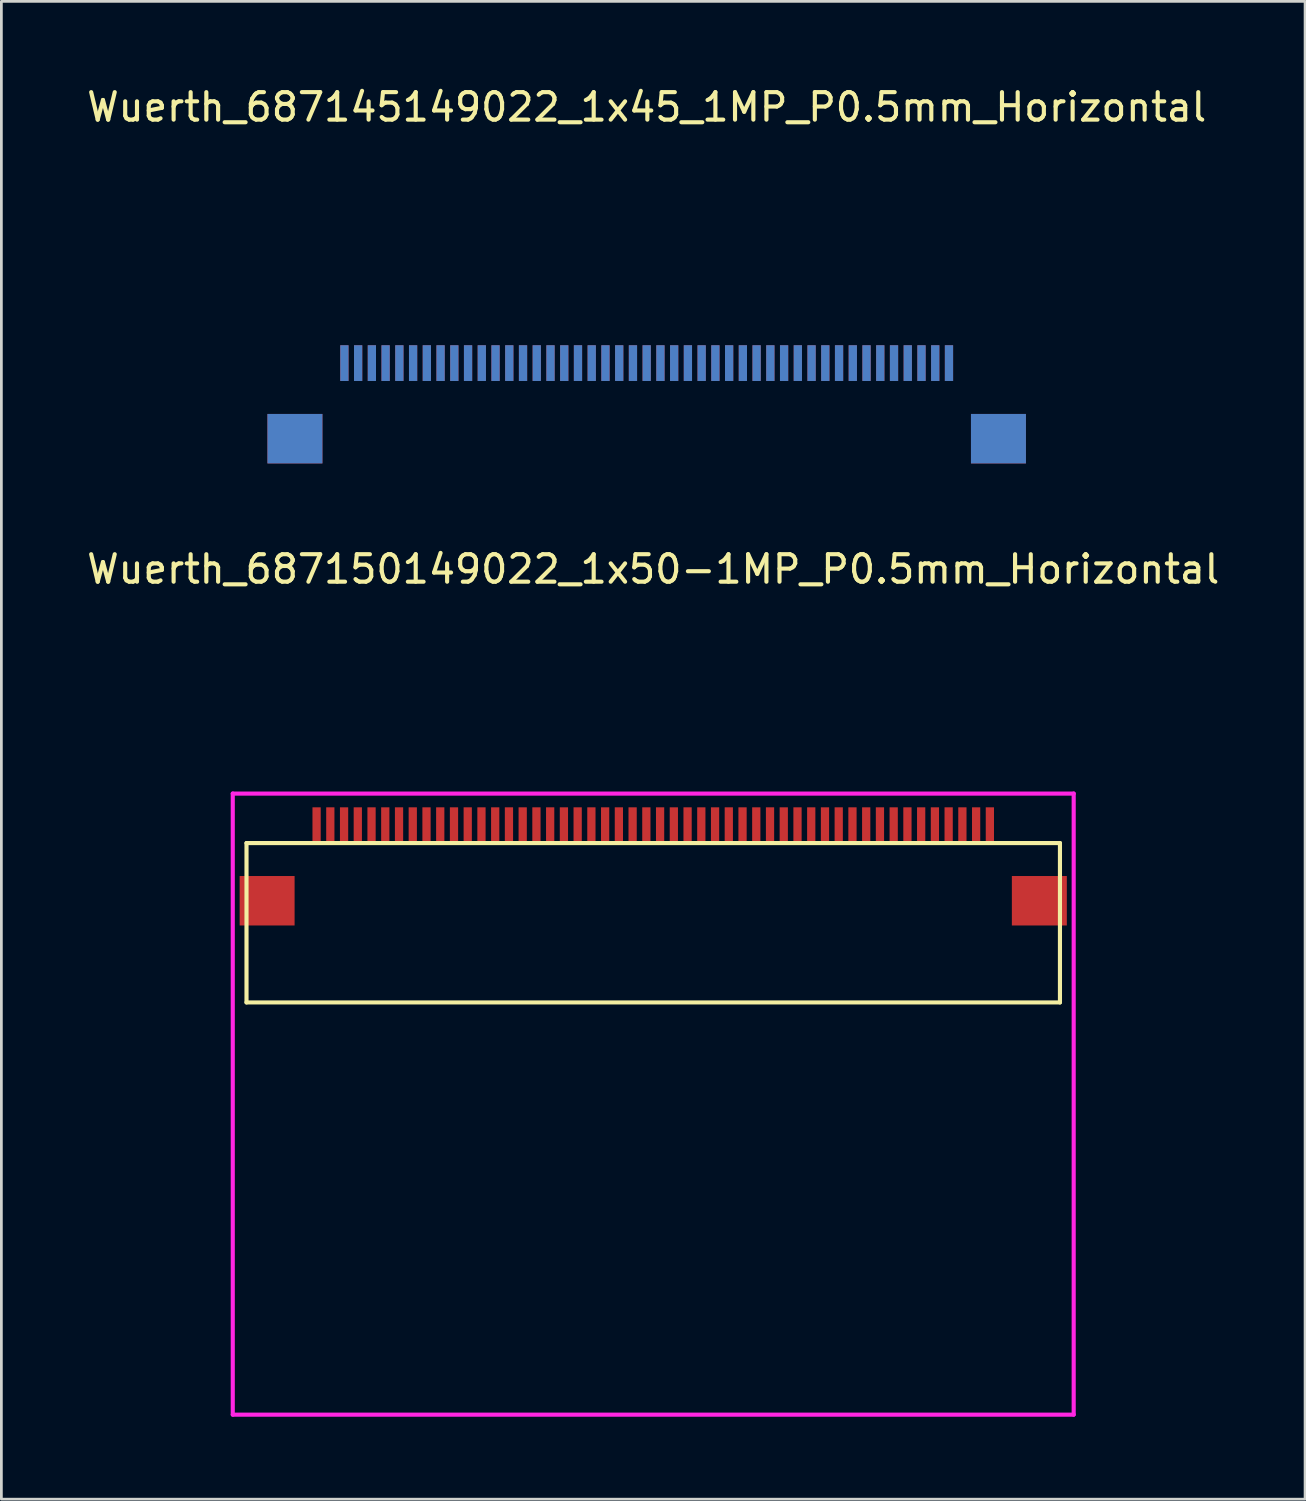
<source format=kicad_pcb>
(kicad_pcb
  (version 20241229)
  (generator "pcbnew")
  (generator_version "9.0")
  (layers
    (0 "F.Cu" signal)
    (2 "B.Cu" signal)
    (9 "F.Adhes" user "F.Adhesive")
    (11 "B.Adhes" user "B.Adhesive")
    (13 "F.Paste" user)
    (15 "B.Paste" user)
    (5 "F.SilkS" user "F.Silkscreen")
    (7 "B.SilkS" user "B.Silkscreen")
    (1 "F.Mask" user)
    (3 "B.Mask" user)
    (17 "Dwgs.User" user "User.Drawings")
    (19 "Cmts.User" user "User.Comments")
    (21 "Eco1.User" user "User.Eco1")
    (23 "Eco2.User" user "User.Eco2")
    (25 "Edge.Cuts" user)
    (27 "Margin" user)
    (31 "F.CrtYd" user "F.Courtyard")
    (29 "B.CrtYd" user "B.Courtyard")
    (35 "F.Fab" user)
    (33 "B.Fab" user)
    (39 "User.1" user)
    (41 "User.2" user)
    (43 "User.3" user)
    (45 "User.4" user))
  (footprint "Wuerth_687145149022_1x45_1MP_P0.5mm_Horizontal"
    (layer "F.Cu")
    (at 20.482 12.913)
    (property "Reference" "Wuerth_687145149022_1x45_1MP_P0.5mm_Horizontal" (at 0 -12.065 0) (layer "F.SilkS") (effects (font (size 1 1) (thickness 0.15))))
    (attr through_hole)
    (pad "1" smd rect (at -11 -2.75) (size 0.3 1.3) (layers "*.Cu" "*.Mask"))
    (pad "2" smd rect (at -10.5 -2.75) (size 0.3 1.3) (layers "*.Cu" "*.Mask"))
    (pad "3" smd rect (at -10 -2.75) (size 0.3 1.3) (layers "*.Cu" "*.Mask"))
    (pad "4" smd rect (at -9.5 -2.75) (size 0.3 1.3) (layers "*.Cu" "*.Mask"))
    (pad "5" smd rect (at -9 -2.75) (size 0.3 1.3) (layers "*.Cu" "*.Mask"))
    (pad "6" smd rect (at -8.5 -2.75) (size 0.3 1.3) (layers "*.Cu" "*.Mask"))
    (pad "7" smd rect (at -8 -2.75) (size 0.3 1.3) (layers "*.Cu" "*.Mask"))
    (pad "8" smd rect (at -7.5 -2.75) (size 0.3 1.3) (layers "*.Cu" "*.Mask"))
    (pad "9" smd rect (at -7 -2.75) (size 0.3 1.3) (layers "*.Cu" "*.Mask"))
    (pad "10" smd rect (at -6.5 -2.75) (size 0.3 1.3) (layers "*.Cu" "*.Mask"))
    (pad "11" smd rect (at -6 -2.75) (size 0.3 1.3) (layers "*.Cu" "*.Mask"))
    (pad "12" smd rect (at -5.5 -2.75) (size 0.3 1.3) (layers "*.Cu" "*.Mask"))
    (pad "13" smd rect (at -5 -2.75) (size 0.3 1.3) (layers "*.Cu" "*.Mask"))
    (pad "14" smd rect (at -4.5 -2.75) (size 0.3 1.3) (layers "*.Cu" "*.Mask"))
    (pad "15" smd rect (at -4 -2.75) (size 0.3 1.3) (layers "*.Cu" "*.Mask"))
    (pad "16" smd rect (at -3.5 -2.75) (size 0.3 1.3) (layers "*.Cu" "*.Mask"))
    (pad "17" smd rect (at -3 -2.75) (size 0.3 1.3) (layers "*.Cu" "*.Mask"))
    (pad "18" smd rect (at -2.5 -2.75) (size 0.3 1.3) (layers "*.Cu" "*.Mask"))
    (pad "19" smd rect (at -2 -2.75) (size 0.3 1.3) (layers "*.Cu" "*.Mask"))
    (pad "20" smd rect (at -1.5 -2.75) (size 0.3 1.3) (layers "*.Cu" "*.Mask"))
    (pad "21" smd rect (at -1 -2.75) (size 0.3 1.3) (layers "*.Cu" "*.Mask"))
    (pad "22" smd rect (at -0.5 -2.75) (size 0.3 1.3) (layers "*.Cu" "*.Mask"))
    (pad "23" smd rect (at 0 -2.75) (size 0.3 1.3) (layers "*.Cu" "*.Mask"))
    (pad "24" smd rect (at 0.5 -2.75) (size 0.3 1.3) (layers "*.Cu" "*.Mask"))
    (pad "25" smd rect (at 1 -2.75) (size 0.3 1.3) (layers "*.Cu" "*.Mask"))
    (pad "26" smd rect (at 1.5 -2.75) (size 0.3 1.3) (layers "*.Cu" "*.Mask"))
    (pad "27" smd rect (at 2 -2.75) (size 0.3 1.3) (layers "*.Cu" "*.Mask"))
    (pad "28" smd rect (at 2.5 -2.75) (size 0.3 1.3) (layers "*.Cu" "*.Mask"))
    (pad "29" smd rect (at 3 -2.75) (size 0.3 1.3) (layers "*.Cu" "*.Mask"))
    (pad "30" smd rect (at 3.5 -2.75) (size 0.3 1.3) (layers "*.Cu" "*.Mask"))
    (pad "31" smd rect (at 4 -2.75) (size 0.3 1.3) (layers "*.Cu" "*.Mask"))
    (pad "32" smd rect (at 4.5 -2.75) (size 0.3 1.3) (layers "*.Cu" "*.Mask"))
    (pad "33" smd rect (at 5 -2.75) (size 0.3 1.3) (layers "*.Cu" "*.Mask"))
    (pad "34" smd rect (at 5.5 -2.75) (size 0.3 1.3) (layers "*.Cu" "*.Mask"))
    (pad "35" smd rect (at 6 -2.75) (size 0.3 1.3) (layers "*.Cu" "*.Mask"))
    (pad "36" smd rect (at 6.5 -2.75) (size 0.3 1.3) (layers "*.Cu" "*.Mask"))
    (pad "37" smd rect (at 7 -2.75) (size 0.3 1.3) (layers "*.Cu" "*.Mask"))
    (pad "38" smd rect (at 7.5 -2.75) (size 0.3 1.3) (layers "*.Cu" "*.Mask"))
    (pad "39" smd rect (at 8 -2.75) (size 0.3 1.3) (layers "*.Cu" "*.Mask"))
    (pad "40" smd rect (at 8.5 -2.75) (size 0.3 1.3) (layers "*.Cu" "*.Mask"))
    (pad "41" smd rect (at 9 -2.75) (size 0.3 1.3) (layers "*.Cu" "*.Mask"))
    (pad "42" smd rect (at 9.5 -2.75) (size 0.3 1.3) (layers "*.Cu" "*.Mask"))
    (pad "43" smd rect (at 10 -2.75) (size 0.3 1.3) (layers "*.Cu" "*.Mask"))
    (pad "44" smd rect (at 10.5 -2.75) (size 0.3 1.3) (layers "*.Cu" "*.Mask"))
    (pad "45" smd rect (at 11 -2.75) (size 0.3 1.3) (layers "*.Cu" "*.Mask"))
    (pad "MP" smd rect (at -12.8 0) (size 2 1.8) (layers "*.Cu" "*.Mask"))
    (pad "MP" smd rect (at 12.8 0) (size 2 1.8) (layers "*.Cu" "*.Mask")))
  (footprint "Wuerth_687150149022_1x50-1MP_P0.5mm_Horizontal"
    (layer "F.Cu")
    (at 20.72 29.727)
    (property "Reference" "Wuerth_687150149022_1x50-1MP_P0.5mm_Horizontal" (at 0 -12.065 0) (layer "F.SilkS") (effects (font (size 1 1) (thickness 0.15))))
    (attr through_hole)
    (fp_line (start -14.8 -2.1) (end 14.8 -2.1) (stroke (width 0.15) (type solid)) (layer "F.SilkS"))
    (fp_line (start -14.8 3.7) (end -14.8 -2.1) (stroke (width 0.15) (type solid)) (layer "F.SilkS"))
    (fp_line (start 14.8 -2.1) (end 14.8 3.7) (stroke (width 0.15) (type solid)) (layer "F.SilkS"))
    (fp_line (start 14.8 3.7) (end -14.8 3.7) (stroke (width 0.15) (type solid)) (layer "F.SilkS"))
    (fp_line (start -15.3 -3.9) (end 15.3 -3.9) (stroke (width 0.15) (type solid)) (layer "F.CrtYd"))
    (fp_line (start -15.3 18.7) (end -15.3 -3.9) (stroke (width 0.15) (type solid)) (layer "F.CrtYd"))
    (fp_line (start 15.3 -3.9) (end 15.3 18.7) (stroke (width 0.15) (type solid)) (layer "F.CrtYd"))
    (fp_line (start 15.3 18.7) (end -15.3 18.7) (stroke (width 0.15) (type solid)) (layer "F.CrtYd"))
    (pad "1" smd rect (at -12.25 -2.75) (size 0.3 1.3) (layers "F.Cu" "F.Mask" "F.Paste"))
    (pad "2" smd rect (at -11.75 -2.75) (size 0.3 1.3) (layers "F.Cu" "F.Mask" "F.Paste"))
    (pad "3" smd rect (at -11.25 -2.75) (size 0.3 1.3) (layers "F.Cu" "F.Mask" "F.Paste"))
    (pad "4" smd rect (at -10.75 -2.75) (size 0.3 1.3) (layers "F.Cu" "F.Mask" "F.Paste"))
    (pad "5" smd rect (at -10.25 -2.75) (size 0.3 1.3) (layers "F.Cu" "F.Mask" "F.Paste"))
    (pad "6" smd rect (at -9.75 -2.75) (size 0.3 1.3) (layers "F.Cu" "F.Mask" "F.Paste"))
    (pad "7" smd rect (at -9.25 -2.75) (size 0.3 1.3) (layers "F.Cu" "F.Mask" "F.Paste"))
    (pad "8" smd rect (at -8.75 -2.75) (size 0.3 1.3) (layers "F.Cu" "F.Mask" "F.Paste"))
    (pad "9" smd rect (at -8.25 -2.75) (size 0.3 1.3) (layers "F.Cu" "F.Mask" "F.Paste"))
    (pad "10" smd rect (at -7.75 -2.75) (size 0.3 1.3) (layers "F.Cu" "F.Mask" "F.Paste"))
    (pad "11" smd rect (at -7.25 -2.75) (size 0.3 1.3) (layers "F.Cu" "F.Mask" "F.Paste"))
    (pad "12" smd rect (at -6.75 -2.75) (size 0.3 1.3) (layers "F.Cu" "F.Mask" "F.Paste"))
    (pad "13" smd rect (at -6.25 -2.75) (size 0.3 1.3) (layers "F.Cu" "F.Mask" "F.Paste"))
    (pad "14" smd rect (at -5.75 -2.75) (size 0.3 1.3) (layers "F.Cu" "F.Mask" "F.Paste"))
    (pad "15" smd rect (at -5.25 -2.75) (size 0.3 1.3) (layers "F.Cu" "F.Mask" "F.Paste"))
    (pad "16" smd rect (at -4.75 -2.75) (size 0.3 1.3) (layers "F.Cu" "F.Mask" "F.Paste"))
    (pad "17" smd rect (at -4.25 -2.75) (size 0.3 1.3) (layers "F.Cu" "F.Mask" "F.Paste"))
    (pad "18" smd rect (at -3.75 -2.75) (size 0.3 1.3) (layers "F.Cu" "F.Mask" "F.Paste"))
    (pad "19" smd rect (at -3.25 -2.75) (size 0.3 1.3) (layers "F.Cu" "F.Mask" "F.Paste"))
    (pad "20" smd rect (at -2.75 -2.75) (size 0.3 1.3) (layers "F.Cu" "F.Mask" "F.Paste"))
    (pad "21" smd rect (at -2.25 -2.75) (size 0.3 1.3) (layers "F.Cu" "F.Mask" "F.Paste"))
    (pad "22" smd rect (at -1.75 -2.75) (size 0.3 1.3) (layers "F.Cu" "F.Mask" "F.Paste"))
    (pad "23" smd rect (at -1.25 -2.75) (size 0.3 1.3) (layers "F.Cu" "F.Mask" "F.Paste"))
    (pad "24" smd rect (at -0.75 -2.75) (size 0.3 1.3) (layers "F.Cu" "F.Mask" "F.Paste"))
    (pad "25" smd rect (at -0.25 -2.75) (size 0.3 1.3) (layers "F.Cu" "F.Mask" "F.Paste"))
    (pad "26" smd rect (at 0.25 -2.75) (size 0.3 1.3) (layers "F.Cu" "F.Mask" "F.Paste"))
    (pad "27" smd rect (at 0.75 -2.75) (size 0.3 1.3) (layers "F.Cu" "F.Mask" "F.Paste"))
    (pad "28" smd rect (at 1.25 -2.75) (size 0.3 1.3) (layers "F.Cu" "F.Mask" "F.Paste"))
    (pad "29" smd rect (at 1.75 -2.75) (size 0.3 1.3) (layers "F.Cu" "F.Mask" "F.Paste"))
    (pad "30" smd rect (at 2.25 -2.75) (size 0.3 1.3) (layers "F.Cu" "F.Mask" "F.Paste"))
    (pad "31" smd rect (at 2.75 -2.75) (size 0.3 1.3) (layers "F.Cu" "F.Mask" "F.Paste"))
    (pad "32" smd rect (at 3.25 -2.75) (size 0.3 1.3) (layers "F.Cu" "F.Mask" "F.Paste"))
    (pad "33" smd rect (at 3.75 -2.75) (size 0.3 1.3) (layers "F.Cu" "F.Mask" "F.Paste"))
    (pad "34" smd rect (at 4.25 -2.75) (size 0.3 1.3) (layers "F.Cu" "F.Mask" "F.Paste"))
    (pad "35" smd rect (at 4.75 -2.75) (size 0.3 1.3) (layers "F.Cu" "F.Mask" "F.Paste"))
    (pad "36" smd rect (at 5.25 -2.75) (size 0.3 1.3) (layers "F.Cu" "F.Mask" "F.Paste"))
    (pad "37" smd rect (at 5.75 -2.75) (size 0.3 1.3) (layers "F.Cu" "F.Mask" "F.Paste"))
    (pad "38" smd rect (at 6.25 -2.75) (size 0.3 1.3) (layers "F.Cu" "F.Mask" "F.Paste"))
    (pad "39" smd rect (at 6.75 -2.75) (size 0.3 1.3) (layers "F.Cu" "F.Mask" "F.Paste"))
    (pad "40" smd rect (at 7.25 -2.75) (size 0.3 1.3) (layers "F.Cu" "F.Mask" "F.Paste"))
    (pad "41" smd rect (at 7.75 -2.75) (size 0.3 1.3) (layers "F.Cu" "F.Mask" "F.Paste"))
    (pad "42" smd rect (at 8.25 -2.75) (size 0.3 1.3) (layers "F.Cu" "F.Mask" "F.Paste"))
    (pad "43" smd rect (at 8.75 -2.75) (size 0.3 1.3) (layers "F.Cu" "F.Mask" "F.Paste"))
    (pad "44" smd rect (at 9.25 -2.75) (size 0.3 1.3) (layers "F.Cu" "F.Mask" "F.Paste"))
    (pad "45" smd rect (at 9.75 -2.75) (size 0.3 1.3) (layers "F.Cu" "F.Mask" "F.Paste"))
    (pad "46" smd rect (at 10.25 -2.75) (size 0.3 1.3) (layers "F.Cu" "F.Mask" "F.Paste"))
    (pad "47" smd rect (at 10.75 -2.75) (size 0.3 1.3) (layers "F.Cu" "F.Mask" "F.Paste"))
    (pad "48" smd rect (at 11.25 -2.75) (size 0.3 1.3) (layers "F.Cu" "F.Mask" "F.Paste"))
    (pad "49" smd rect (at 11.75 -2.75) (size 0.3 1.3) (layers "F.Cu" "F.Mask" "F.Paste"))
    (pad "50" smd rect (at 12.25 -2.75) (size 0.3 1.3) (layers "F.Cu" "F.Mask" "F.Paste"))
    (pad "MP" smd rect (at -14.05 0) (size 2 1.8) (layers "F.Cu" "F.Mask" "F.Paste"))
    (pad "MP" smd rect (at 14.05 0) (size 2 1.8) (layers "F.Cu" "F.Mask" "F.Paste")))
  (gr_rect
    (start -3 -3)
    (end 44.44 51.502)
    (stroke (width 0.1) (type default))
    (fill no)
    (layer "Edge.Cuts")))
</source>
